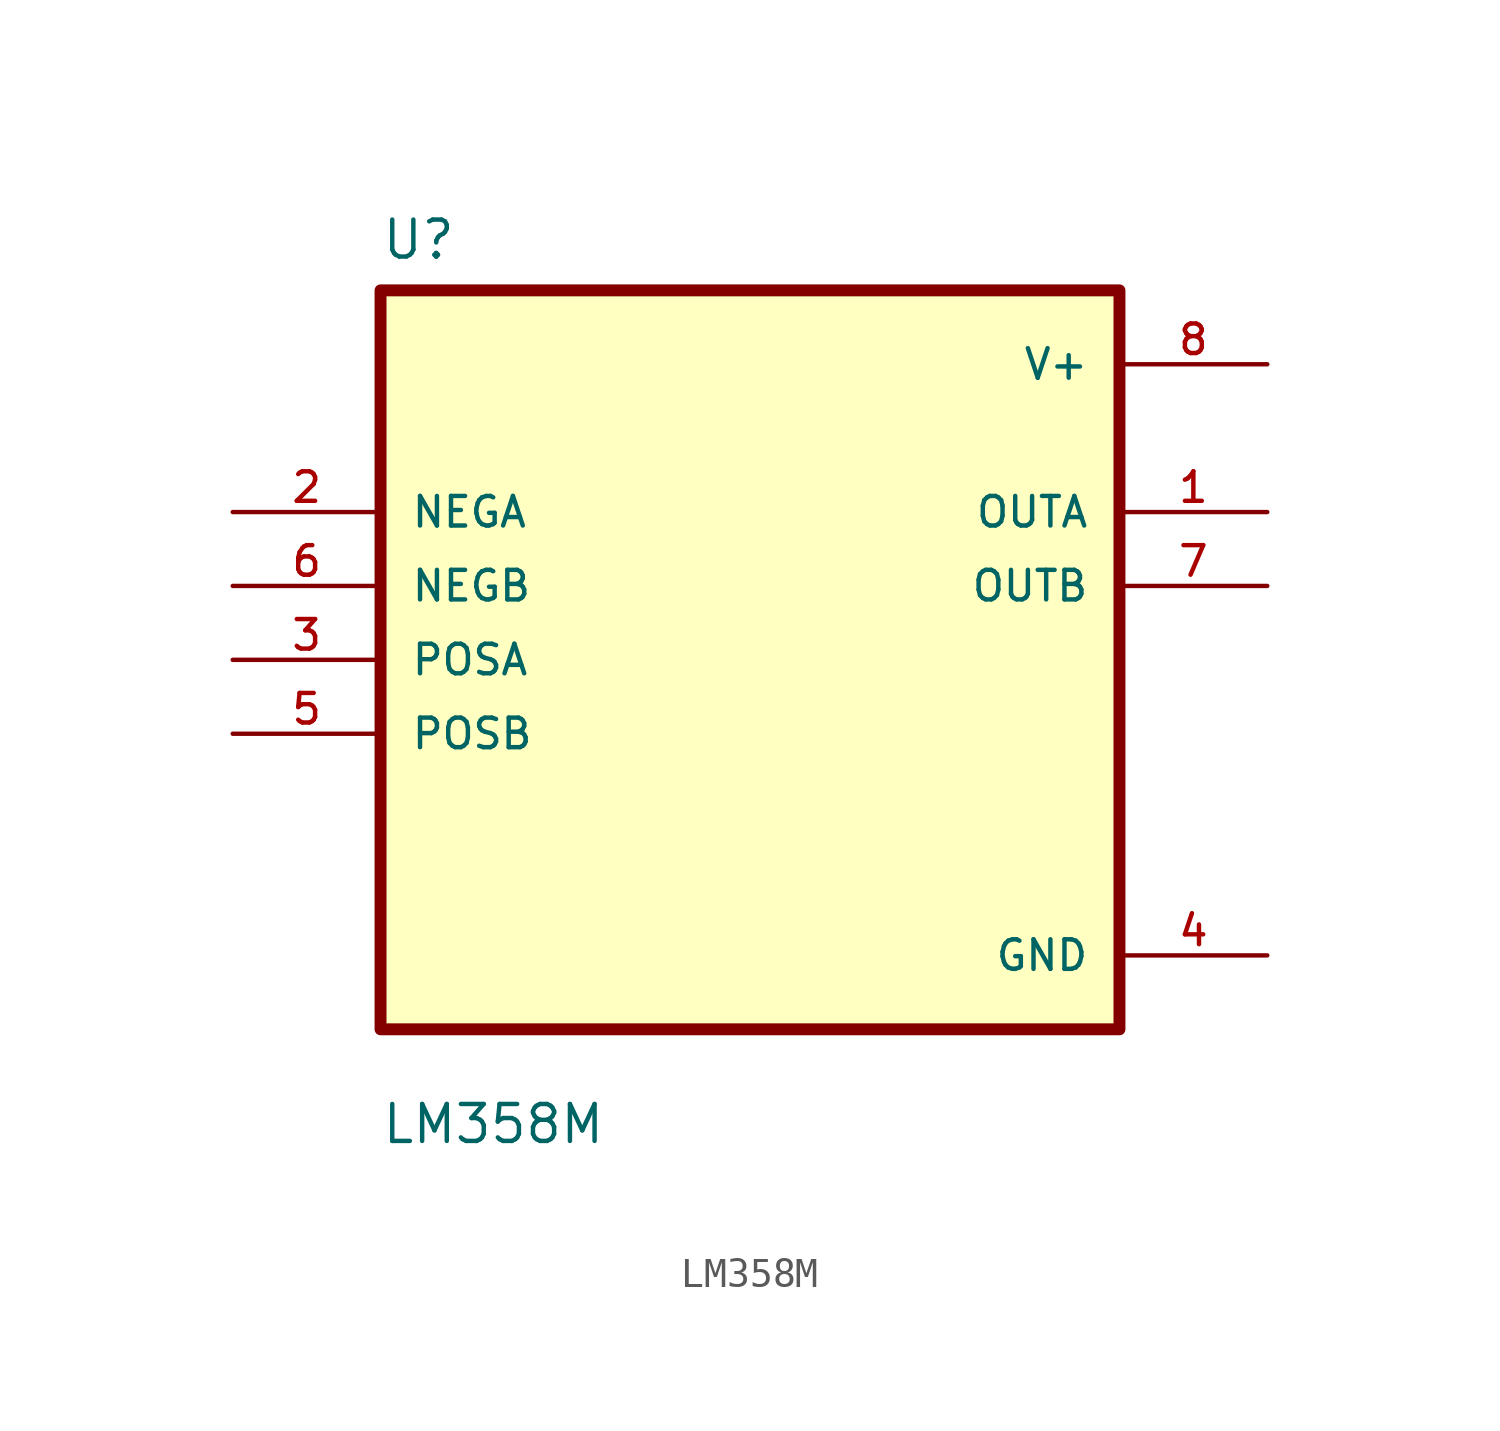
<source format=kicad_sym>
(kicad_symbol_lib
  (version 20211014)
  (generator kicad_symbol_editor)
  (symbol "LM358M"
    (pin_names
      (offset 1.016))
    (property "Reference" "U"
      (at -12.7 13.7 0.0)
      (effects (font (size 1.27 1.27)) (justify bottom left)))
    (property "Value" "LM358M"
      (at -12.7 -16.7 0.0)
      (effects (font (size 1.27 1.27)) (justify bottom left)))
    (symbol "LM358M_0_0"
      (rectangle (start -12.7 -12.7) (end 12.7 12.7) (stroke (width 0.41)) (fill (type background)))
      (pin input line (at -17.78 5.08 0) (length 5.08) (name "NEGA" (effects (font (size 1.016 1.016)))) (number "2" (effects (font (size 1.016 1.016)))))
      (pin input line (at -17.78 2.54 0) (length 5.08) (name "NEGB" (effects (font (size 1.016 1.016)))) (number "6" (effects (font (size 1.016 1.016)))))
      (pin input line (at -17.78 -8.88178e-16 0) (length 5.08) (name "POSA" (effects (font (size 1.016 1.016)))) (number "3" (effects (font (size 1.016 1.016)))))
      (pin input line (at -17.78 -2.54 0) (length 5.08) (name "POSB" (effects (font (size 1.016 1.016)))) (number "5" (effects (font (size 1.016 1.016)))))
      (pin power_in line (at 17.78 10.16 180.0) (length 5.08) (name "V+" (effects (font (size 1.016 1.016)))) (number "8" (effects (font (size 1.016 1.016)))))
      (pin output line (at 17.78 5.08 180.0) (length 5.08) (name "OUTA" (effects (font (size 1.016 1.016)))) (number "1" (effects (font (size 1.016 1.016)))))
      (pin output line (at 17.78 2.54 180.0) (length 5.08) (name "OUTB" (effects (font (size 1.016 1.016)))) (number "7" (effects (font (size 1.016 1.016)))))
      (pin power_in line (at 17.78 -10.16 180.0) (length 5.08) (name "GND" (effects (font (size 1.016 1.016)))) (number "4" (effects (font (size 1.016 1.016))))))))
</source>
